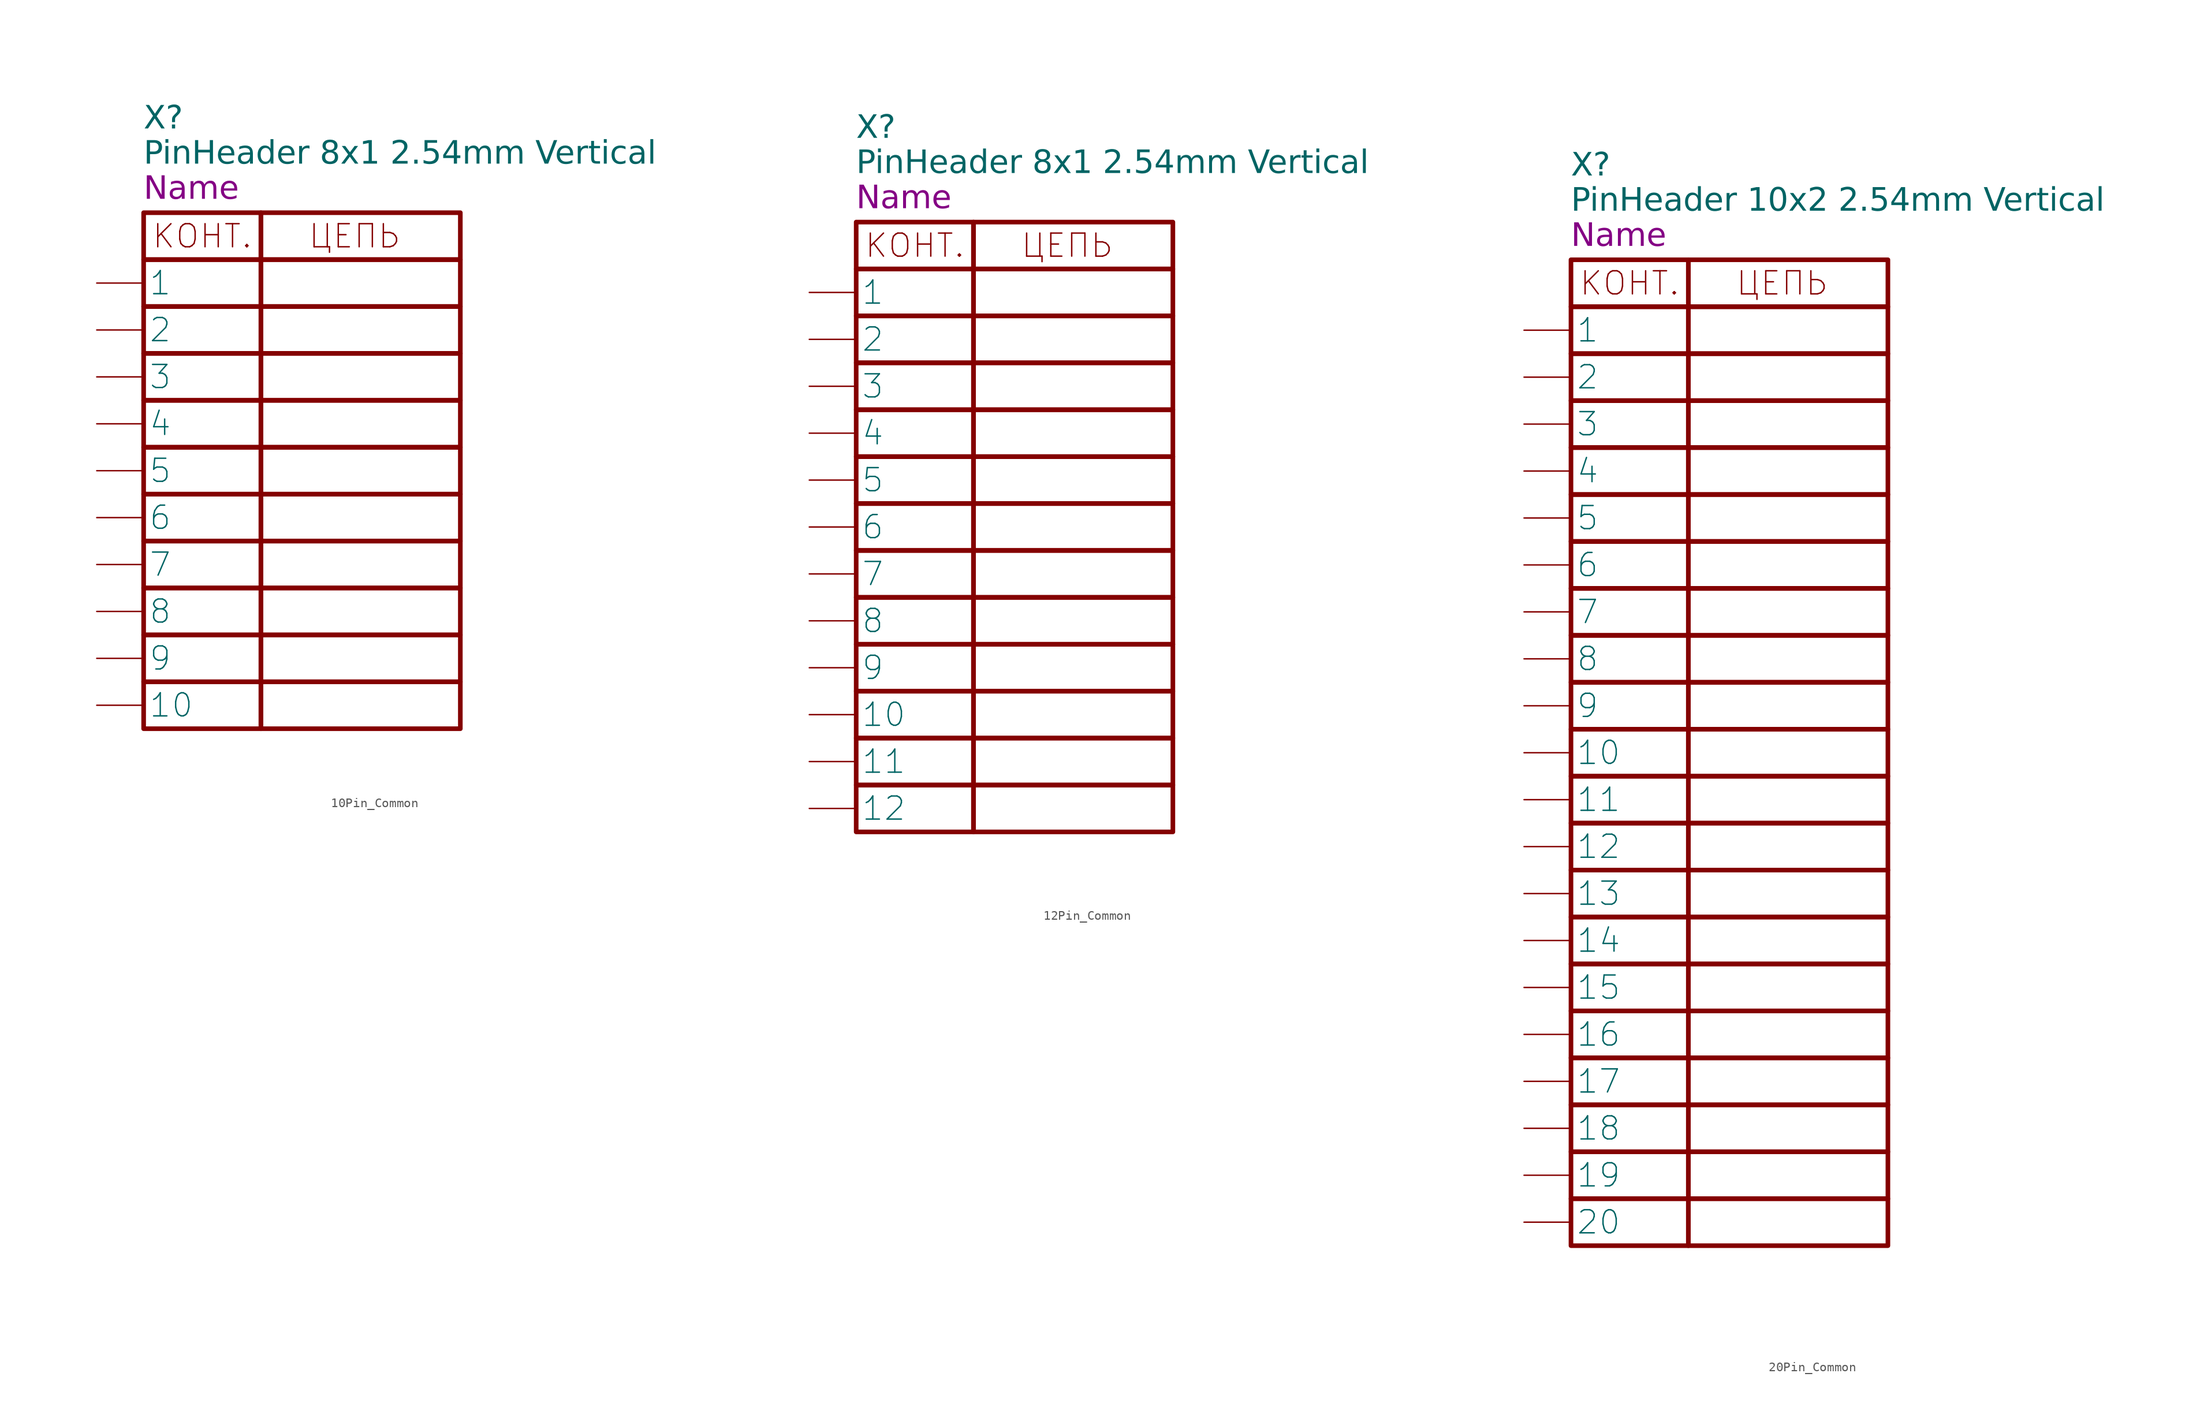
<source format=kicad_sym>
(kicad_symbol_lib
  (version 20241209)
  (generator "kicad_symbol_editor")
  (generator_version "9.0")
  (symbol "10Pin_Common"
    (pin_numbers
      (hide yes))
    (property "Reference" "X"
      (at -12.7 10.16 0)
      (effects (font (face "GOST type A") (size 2.5 2.5) (italic yes)) (justify left)))
    (property "Value" "PinHeader 8x1 2.54mm Vertical"
      (at -12.7 6.35 0)
      (effects (font (face "GOST type A") (size 2.5 2.5) (italic yes)) (justify left)))
    (property "Name" "Name"
      (at -12.7 2.54 0)
      (effects (font (face "GOST type A") (size 2.5 2.5) (italic yes)) (justify left)))
    (symbol "10Pin_Common_0_1"
      (rectangle (start -12.7 0) (end 0 -5.08) (stroke (width 0.5) (type default)) (fill (type none)))
      (rectangle (start -12.7 -5.08) (end 0 -10.16) (stroke (width 0.5) (type default)) (fill (type none)))
      (rectangle (start -12.7 -10.16) (end 0 -15.24) (stroke (width 0.5) (type default)) (fill (type none)))
      (rectangle (start -12.7 -15.24) (end 0 -20.32) (stroke (width 0.5) (type default)) (fill (type none)))
      (rectangle (start -12.7 -20.32) (end 0 -25.4) (stroke (width 0.5) (type default)) (fill (type none)))
      (rectangle (start -12.7 -25.4) (end 0 -30.48) (stroke (width 0.5) (type default)) (fill (type none)))
      (rectangle (start -12.7 -30.48) (end 0 -35.56) (stroke (width 0.5) (type default)) (fill (type none)))
      (rectangle (start -12.7 -35.56) (end 0 -40.64) (stroke (width 0.5) (type default)) (fill (type none)))
      (rectangle (start -12.7 -40.64) (end 0 -45.72) (stroke (width 0.5) (type default)) (fill (type none)))
      (rectangle (start -12.7 -45.72) (end 0 -50.8) (stroke (width 0.5) (type default)) (fill (type none)))
      (rectangle (start -12.7 -50.8) (end 0 -55.88) (stroke (width 0.5) (type default)) (fill (type none)))
      (rectangle (start 0 0) (end 21.59 -5.08) (stroke (width 0.5) (type default)) (fill (type none)))
      (text "КОНТ." (at -6.35 -2.54 0) (effects (font (size 2.5 2.5))))
      (text "ЦЕПЬ" (at 10.16 -2.54 0) (effects (font (size 2.5 2.5)))))
    (symbol "10Pin_Common_1_1"
      (rectangle (start 0 -10.16) (end 21.59 -5.08) (stroke (width 0.5) (type default)) (fill (type none)))
      (rectangle (start 0 -15.24) (end 21.59 -10.16) (stroke (width 0.5) (type default)) (fill (type none)))
      (rectangle (start 0 -15.24) (end 21.59 -20.32) (stroke (width 0.5) (type default)) (fill (type none)))
      (rectangle (start 0 -25.4) (end 21.59 -20.32) (stroke (width 0.5) (type default)) (fill (type none)))
      (rectangle (start 0 -30.48) (end 21.59 -25.4) (stroke (width 0.5) (type default)) (fill (type none)))
      (rectangle (start 0 -35.56) (end 21.59 -30.48) (stroke (width 0.5) (type default)) (fill (type none)))
      (rectangle (start 0 -40.64) (end 21.59 -35.56) (stroke (width 0.5) (type default)) (fill (type none)))
      (rectangle (start 0 -45.72) (end 21.59 -40.64) (stroke (width 0.5) (type default)) (fill (type none)))
      (rectangle (start 0 -50.8) (end 21.59 -45.72) (stroke (width 0.5) (type default)) (fill (type none)))
      (rectangle (start 0 -55.88) (end 21.59 -50.8) (stroke (width 0.5) (type default)) (fill (type none)))
      (pin passive line (at -17.78 -7.62 0) (length 5.08) (name "1" (effects (font (size 2.5 2.5)))) (number "1" (effects (font (size 2.5 2.5)))))
      (pin passive line (at -17.78 -12.7 0) (length 5.08) (name "2" (effects (font (size 2.5 2.5)))) (number "2" (effects (font (size 2.5 2.5)))))
      (pin passive line (at -17.78 -17.78 0) (length 5.08) (name "3" (effects (font (size 2.5 2.5)))) (number "3" (effects (font (size 2.5 2.5)))))
      (pin passive line (at -17.78 -22.86 0) (length 5.08) (name "4" (effects (font (size 2.5 2.5)))) (number "4" (effects (font (size 2.5 2.5)))))
      (pin passive line (at -17.78 -27.94 0) (length 5.08) (name "5" (effects (font (size 2.5 2.5)))) (number "5" (effects (font (size 2.5 2.5)))))
      (pin passive line (at -17.78 -33.02 0) (length 5.08) (name "6" (effects (font (size 2.5 2.5)))) (number "6" (effects (font (size 2.5 2.5)))))
      (pin passive line (at -17.78 -38.1 0) (length 5.08) (name "7" (effects (font (size 2.5 2.5)))) (number "7" (effects (font (size 2.5 2.5)))))
      (pin passive line (at -17.78 -43.18 0) (length 5.08) (name "8" (effects (font (size 2.5 2.5)))) (number "8" (effects (font (size 2.5 2.5)))))
      (pin passive line (at -17.78 -48.26 0) (length 5.08) (name "9" (effects (font (size 2.5 2.5)))) (number "9" (effects (font (size 2.5 2.5)))))
      (pin passive line (at -17.78 -53.34 0) (length 5.08) (name "10" (effects (font (size 2.5 2.5)))) (number "10" (effects (font (size 2.5 2.5)))))))
  (symbol "12Pin_Common"
    (pin_numbers
      (hide yes))
    (property "Reference" "X"
      (at -12.7 10.16 0)
      (effects (font (face "GOST type A") (size 2.5 2.5) (italic yes)) (justify left)))
    (property "Value" "PinHeader 8x1 2.54mm Vertical"
      (at -12.7 6.35 0)
      (effects (font (face "GOST type A") (size 2.5 2.5) (italic yes)) (justify left)))
    (property "Name" "Name"
      (at -12.7 2.54 0)
      (effects (font (face "GOST type A") (size 2.5 2.5) (italic yes)) (justify left)))
    (symbol "12Pin_Common_0_1"
      (rectangle (start -12.7 0) (end 0 -5.08) (stroke (width 0.5) (type default)) (fill (type none)))
      (rectangle (start -12.7 -5.08) (end 0 -10.16) (stroke (width 0.5) (type default)) (fill (type none)))
      (rectangle (start -12.7 -10.16) (end 0 -15.24) (stroke (width 0.5) (type default)) (fill (type none)))
      (rectangle (start -12.7 -15.24) (end 0 -20.32) (stroke (width 0.5) (type default)) (fill (type none)))
      (rectangle (start -12.7 -20.32) (end 0 -25.4) (stroke (width 0.5) (type default)) (fill (type none)))
      (rectangle (start -12.7 -25.4) (end 0 -30.48) (stroke (width 0.5) (type default)) (fill (type none)))
      (rectangle (start -12.7 -30.48) (end 0 -35.56) (stroke (width 0.5) (type default)) (fill (type none)))
      (rectangle (start -12.7 -35.56) (end 0 -40.64) (stroke (width 0.5) (type default)) (fill (type none)))
      (rectangle (start -12.7 -40.64) (end 0 -45.72) (stroke (width 0.5) (type default)) (fill (type none)))
      (rectangle (start -12.7 -45.72) (end 0 -50.8) (stroke (width 0.5) (type default)) (fill (type none)))
      (rectangle (start -12.7 -50.8) (end 0 -55.88) (stroke (width 0.5) (type default)) (fill (type none)))
      (rectangle (start -12.7 -55.88) (end 0 -60.96) (stroke (width 0.5) (type default)) (fill (type none)))
      (rectangle (start -12.7 -60.96) (end 0 -66.04) (stroke (width 0.5) (type default)) (fill (type none)))
      (rectangle (start 0 0) (end 21.59 -5.08) (stroke (width 0.5) (type default)) (fill (type none)))
      (text "КОНТ." (at -6.35 -2.54 0) (effects (font (size 2.5 2.5))))
      (text "ЦЕПЬ" (at 10.16 -2.54 0) (effects (font (size 2.5 2.5)))))
    (symbol "12Pin_Common_1_1"
      (rectangle (start 0 -10.16) (end 21.59 -5.08) (stroke (width 0.5) (type default)) (fill (type none)))
      (rectangle (start 0 -15.24) (end 21.59 -10.16) (stroke (width 0.5) (type default)) (fill (type none)))
      (rectangle (start 0 -15.24) (end 21.59 -20.32) (stroke (width 0.5) (type default)) (fill (type none)))
      (rectangle (start 0 -25.4) (end 21.59 -20.32) (stroke (width 0.5) (type default)) (fill (type none)))
      (rectangle (start 0 -30.48) (end 21.59 -25.4) (stroke (width 0.5) (type default)) (fill (type none)))
      (rectangle (start 0 -35.56) (end 21.59 -30.48) (stroke (width 0.5) (type default)) (fill (type none)))
      (rectangle (start 0 -40.64) (end 21.59 -35.56) (stroke (width 0.5) (type default)) (fill (type none)))
      (rectangle (start 0 -45.72) (end 21.59 -40.64) (stroke (width 0.5) (type default)) (fill (type none)))
      (rectangle (start 0 -50.8) (end 21.59 -45.72) (stroke (width 0.5) (type default)) (fill (type none)))
      (rectangle (start 0 -55.88) (end 21.59 -50.8) (stroke (width 0.5) (type default)) (fill (type none)))
      (rectangle (start 0 -60.96) (end 21.59 -55.88) (stroke (width 0.5) (type default)) (fill (type none)))
      (rectangle (start 0 -66.04) (end 21.59 -60.96) (stroke (width 0.5) (type default)) (fill (type none)))
      (pin passive line (at -17.78 -7.62 0) (length 5.08) (name "1" (effects (font (size 2.5 2.5)))) (number "1" (effects (font (size 2.5 2.5)))))
      (pin passive line (at -17.78 -12.7 0) (length 5.08) (name "2" (effects (font (size 2.5 2.5)))) (number "2" (effects (font (size 2.5 2.5)))))
      (pin passive line (at -17.78 -17.78 0) (length 5.08) (name "3" (effects (font (size 2.5 2.5)))) (number "3" (effects (font (size 2.5 2.5)))))
      (pin passive line (at -17.78 -22.86 0) (length 5.08) (name "4" (effects (font (size 2.5 2.5)))) (number "4" (effects (font (size 2.5 2.5)))))
      (pin passive line (at -17.78 -27.94 0) (length 5.08) (name "5" (effects (font (size 2.5 2.5)))) (number "5" (effects (font (size 2.5 2.5)))))
      (pin passive line (at -17.78 -33.02 0) (length 5.08) (name "6" (effects (font (size 2.5 2.5)))) (number "6" (effects (font (size 2.5 2.5)))))
      (pin passive line (at -17.78 -38.1 0) (length 5.08) (name "7" (effects (font (size 2.5 2.5)))) (number "7" (effects (font (size 2.5 2.5)))))
      (pin passive line (at -17.78 -43.18 0) (length 5.08) (name "8" (effects (font (size 2.5 2.5)))) (number "8" (effects (font (size 2.5 2.5)))))
      (pin passive line (at -17.78 -48.26 0) (length 5.08) (name "9" (effects (font (size 2.5 2.5)))) (number "9" (effects (font (size 2.5 2.5)))))
      (pin passive line (at -17.78 -53.34 0) (length 5.08) (name "10" (effects (font (size 2.5 2.5)))) (number "10" (effects (font (size 2.5 2.5)))))
      (pin passive line (at -17.78 -58.42 0) (length 5.08) (name "11" (effects (font (size 2.5 2.5)))) (number "11" (effects (font (size 2.5 2.5)))))
      (pin passive line (at -17.78 -63.5 0) (length 5.08) (name "12" (effects (font (size 2.5 2.5)))) (number "12" (effects (font (size 2.5 2.5)))))))
  (symbol "20Pin_Common"
    (pin_numbers
      (hide yes))
    (property "Reference" "X"
      (at -12.7 10.16 0)
      (effects (font (face "GOST type A") (size 2.5 2.5) (italic yes)) (justify left)))
    (property "Value" "PinHeader 10x2 2.54mm Vertical"
      (at -12.7 6.35 0)
      (effects (font (face "GOST type A") (size 2.5 2.5) (italic yes)) (justify left)))
    (property "Name" "Name"
      (at -12.7 2.54 0)
      (effects (font (face "GOST type A") (size 2.5 2.5) (italic yes)) (justify left)))
    (symbol "20Pin_Common_0_1"
      (rectangle (start -12.7 0) (end 0 -5.08) (stroke (width 0.5) (type default)) (fill (type none)))
      (rectangle (start -12.7 -5.08) (end 0 -10.16) (stroke (width 0.5) (type default)) (fill (type none)))
      (rectangle (start -12.7 -10.16) (end 0 -15.24) (stroke (width 0.5) (type default)) (fill (type none)))
      (rectangle (start -12.7 -15.24) (end 0 -20.32) (stroke (width 0.5) (type default)) (fill (type none)))
      (rectangle (start -12.7 -20.32) (end 0 -25.4) (stroke (width 0.5) (type default)) (fill (type none)))
      (rectangle (start -12.7 -25.4) (end 0 -30.48) (stroke (width 0.5) (type default)) (fill (type none)))
      (rectangle (start -12.7 -30.48) (end 0 -35.56) (stroke (width 0.5) (type default)) (fill (type none)))
      (rectangle (start -12.7 -35.56) (end 0 -40.64) (stroke (width 0.5) (type default)) (fill (type none)))
      (rectangle (start -12.7 -40.64) (end 0 -45.72) (stroke (width 0.5) (type default)) (fill (type none)))
      (rectangle (start -12.7 -45.72) (end 0 -50.8) (stroke (width 0.5) (type default)) (fill (type none)))
      (rectangle (start -12.7 -50.8) (end 0 -55.88) (stroke (width 0.5) (type default)) (fill (type none)))
      (rectangle (start -12.7 -55.88) (end 0 -60.96) (stroke (width 0.5) (type default)) (fill (type none)))
      (rectangle (start -12.7 -60.96) (end 0 -66.04) (stroke (width 0.5) (type default)) (fill (type none)))
      (rectangle (start -12.7 -66.04) (end 0 -71.12) (stroke (width 0.5) (type default)) (fill (type none)))
      (rectangle (start -12.7 -71.12) (end 0 -76.2) (stroke (width 0.5) (type default)) (fill (type none)))
      (rectangle (start -12.7 -76.2) (end 0 -81.28) (stroke (width 0.5) (type default)) (fill (type none)))
      (rectangle (start -12.7 -81.28) (end 0 -86.36) (stroke (width 0.5) (type default)) (fill (type none)))
      (rectangle (start -12.7 -86.36) (end 0 -91.44) (stroke (width 0.5) (type default)) (fill (type none)))
      (rectangle (start -12.7 -91.44) (end 0 -96.52) (stroke (width 0.5) (type default)) (fill (type none)))
      (rectangle (start -12.7 -96.52) (end 0 -101.6) (stroke (width 0.5) (type default)) (fill (type none)))
      (rectangle (start -12.7 -101.6) (end 0 -106.68) (stroke (width 0.5) (type default)) (fill (type none)))
      (rectangle (start 0 0) (end 21.59 -5.08) (stroke (width 0.5) (type default)) (fill (type none)))
      (text "КОНТ." (at -6.35 -2.54 0) (effects (font (size 2.5 2.5))))
      (text "ЦЕПЬ" (at 10.16 -2.54 0) (effects (font (size 2.5 2.5)))))
    (symbol "20Pin_Common_1_1"
      (rectangle (start 0 -10.16) (end 21.59 -5.08) (stroke (width 0.5) (type default)) (fill (type none)))
      (rectangle (start 0 -15.24) (end 21.59 -10.16) (stroke (width 0.5) (type default)) (fill (type none)))
      (rectangle (start 0 -15.24) (end 21.59 -20.32) (stroke (width 0.5) (type default)) (fill (type none)))
      (rectangle (start 0 -25.4) (end 21.59 -20.32) (stroke (width 0.5) (type default)) (fill (type none)))
      (rectangle (start 0 -30.48) (end 21.59 -25.4) (stroke (width 0.5) (type default)) (fill (type none)))
      (rectangle (start 0 -35.56) (end 21.59 -30.48) (stroke (width 0.5) (type default)) (fill (type none)))
      (rectangle (start 0 -40.64) (end 21.59 -35.56) (stroke (width 0.5) (type default)) (fill (type none)))
      (rectangle (start 0 -45.72) (end 21.59 -40.64) (stroke (width 0.5) (type default)) (fill (type none)))
      (rectangle (start 0 -50.8) (end 21.59 -45.72) (stroke (width 0.5) (type default)) (fill (type none)))
      (rectangle (start 0 -55.88) (end 21.59 -50.8) (stroke (width 0.5) (type default)) (fill (type none)))
      (rectangle (start 0 -60.96) (end 21.59 -55.88) (stroke (width 0.5) (type default)) (fill (type none)))
      (rectangle (start 0 -66.04) (end 21.59 -60.96) (stroke (width 0.5) (type default)) (fill (type none)))
      (rectangle (start 0 -71.12) (end 21.59 -66.04) (stroke (width 0.5) (type default)) (fill (type none)))
      (rectangle (start 0 -76.2) (end 21.59 -71.12) (stroke (width 0.5) (type default)) (fill (type none)))
      (rectangle (start 0 -81.28) (end 21.59 -76.2) (stroke (width 0.5) (type default)) (fill (type none)))
      (rectangle (start 0 -86.36) (end 21.59 -81.28) (stroke (width 0.5) (type default)) (fill (type none)))
      (rectangle (start 0 -91.44) (end 21.59 -86.36) (stroke (width 0.5) (type default)) (fill (type none)))
      (rectangle (start 0 -96.52) (end 21.59 -91.44) (stroke (width 0.5) (type default)) (fill (type none)))
      (rectangle (start 0 -101.6) (end 21.59 -96.52) (stroke (width 0.5) (type default)) (fill (type none)))
      (rectangle (start 0 -106.68) (end 21.59 -101.6) (stroke (width 0.5) (type default)) (fill (type none)))
      (pin passive line (at -17.78 -7.62 0) (length 5.08) (name "1" (effects (font (size 2.5 2.5)))) (number "1" (effects (font (size 2.5 2.5)))))
      (pin passive line (at -17.78 -12.7 0) (length 5.08) (name "2" (effects (font (size 2.5 2.5)))) (number "2" (effects (font (size 2.5 2.5)))))
      (pin passive line (at -17.78 -17.78 0) (length 5.08) (name "3" (effects (font (size 2.5 2.5)))) (number "3" (effects (font (size 2.5 2.5)))))
      (pin passive line (at -17.78 -22.86 0) (length 5.08) (name "4" (effects (font (size 2.5 2.5)))) (number "4" (effects (font (size 2.5 2.5)))))
      (pin passive line (at -17.78 -27.94 0) (length 5.08) (name "5" (effects (font (size 2.5 2.5)))) (number "5" (effects (font (size 2.5 2.5)))))
      (pin passive line (at -17.78 -33.02 0) (length 5.08) (name "6" (effects (font (size 2.5 2.5)))) (number "6" (effects (font (size 2.5 2.5)))))
      (pin passive line (at -17.78 -38.1 0) (length 5.08) (name "7" (effects (font (size 2.5 2.5)))) (number "7" (effects (font (size 2.5 2.5)))))
      (pin passive line (at -17.78 -43.18 0) (length 5.08) (name "8" (effects (font (size 2.5 2.5)))) (number "8" (effects (font (size 2.5 2.5)))))
      (pin passive line (at -17.78 -48.26 0) (length 5.08) (name "9" (effects (font (size 2.5 2.5)))) (number "9" (effects (font (size 2.5 2.5)))))
      (pin passive line (at -17.78 -53.34 0) (length 5.08) (name "10" (effects (font (size 2.5 2.5)))) (number "10" (effects (font (size 2.5 2.5)))))
      (pin passive line (at -17.78 -58.42 0) (length 5.08) (name "11" (effects (font (size 2.5 2.5)))) (number "11" (effects (font (size 2.5 2.5)))))
      (pin passive line (at -17.78 -63.5 0) (length 5.08) (name "12" (effects (font (size 2.5 2.5)))) (number "12" (effects (font (size 2.5 2.5)))))
      (pin passive line (at -17.78 -68.58 0) (length 5.08) (name "13" (effects (font (size 2.5 2.5)))) (number "13" (effects (font (size 2.5 2.5)))))
      (pin passive line (at -17.78 -73.66 0) (length 5.08) (name "14" (effects (font (size 2.5 2.5)))) (number "14" (effects (font (size 2.5 2.5)))))
      (pin passive line (at -17.78 -78.74 0) (length 5.08) (name "15" (effects (font (size 2.5 2.5)))) (number "15" (effects (font (size 2.5 2.5)))))
      (pin passive line (at -17.78 -83.82 0) (length 5.08) (name "16" (effects (font (size 2.5 2.5)))) (number "16" (effects (font (size 2.5 2.5)))))
      (pin passive line (at -17.78 -88.9 0) (length 5.08) (name "17" (effects (font (size 2.5 2.5)))) (number "17" (effects (font (size 2.5 2.5)))))
      (pin passive line (at -17.78 -93.98 0) (length 5.08) (name "18" (effects (font (size 2.5 2.5)))) (number "18" (effects (font (size 2.5 2.5)))))
      (pin passive line (at -17.78 -99.06 0) (length 5.08) (name "19" (effects (font (size 2.5 2.5)))) (number "19" (effects (font (size 2.5 2.5)))))
      (pin passive line (at -17.78 -104.14 0) (length 5.08) (name "20" (effects (font (size 2.5 2.5)))) (number "20" (effects (font (size 2.5 2.5))))))))
</source>
